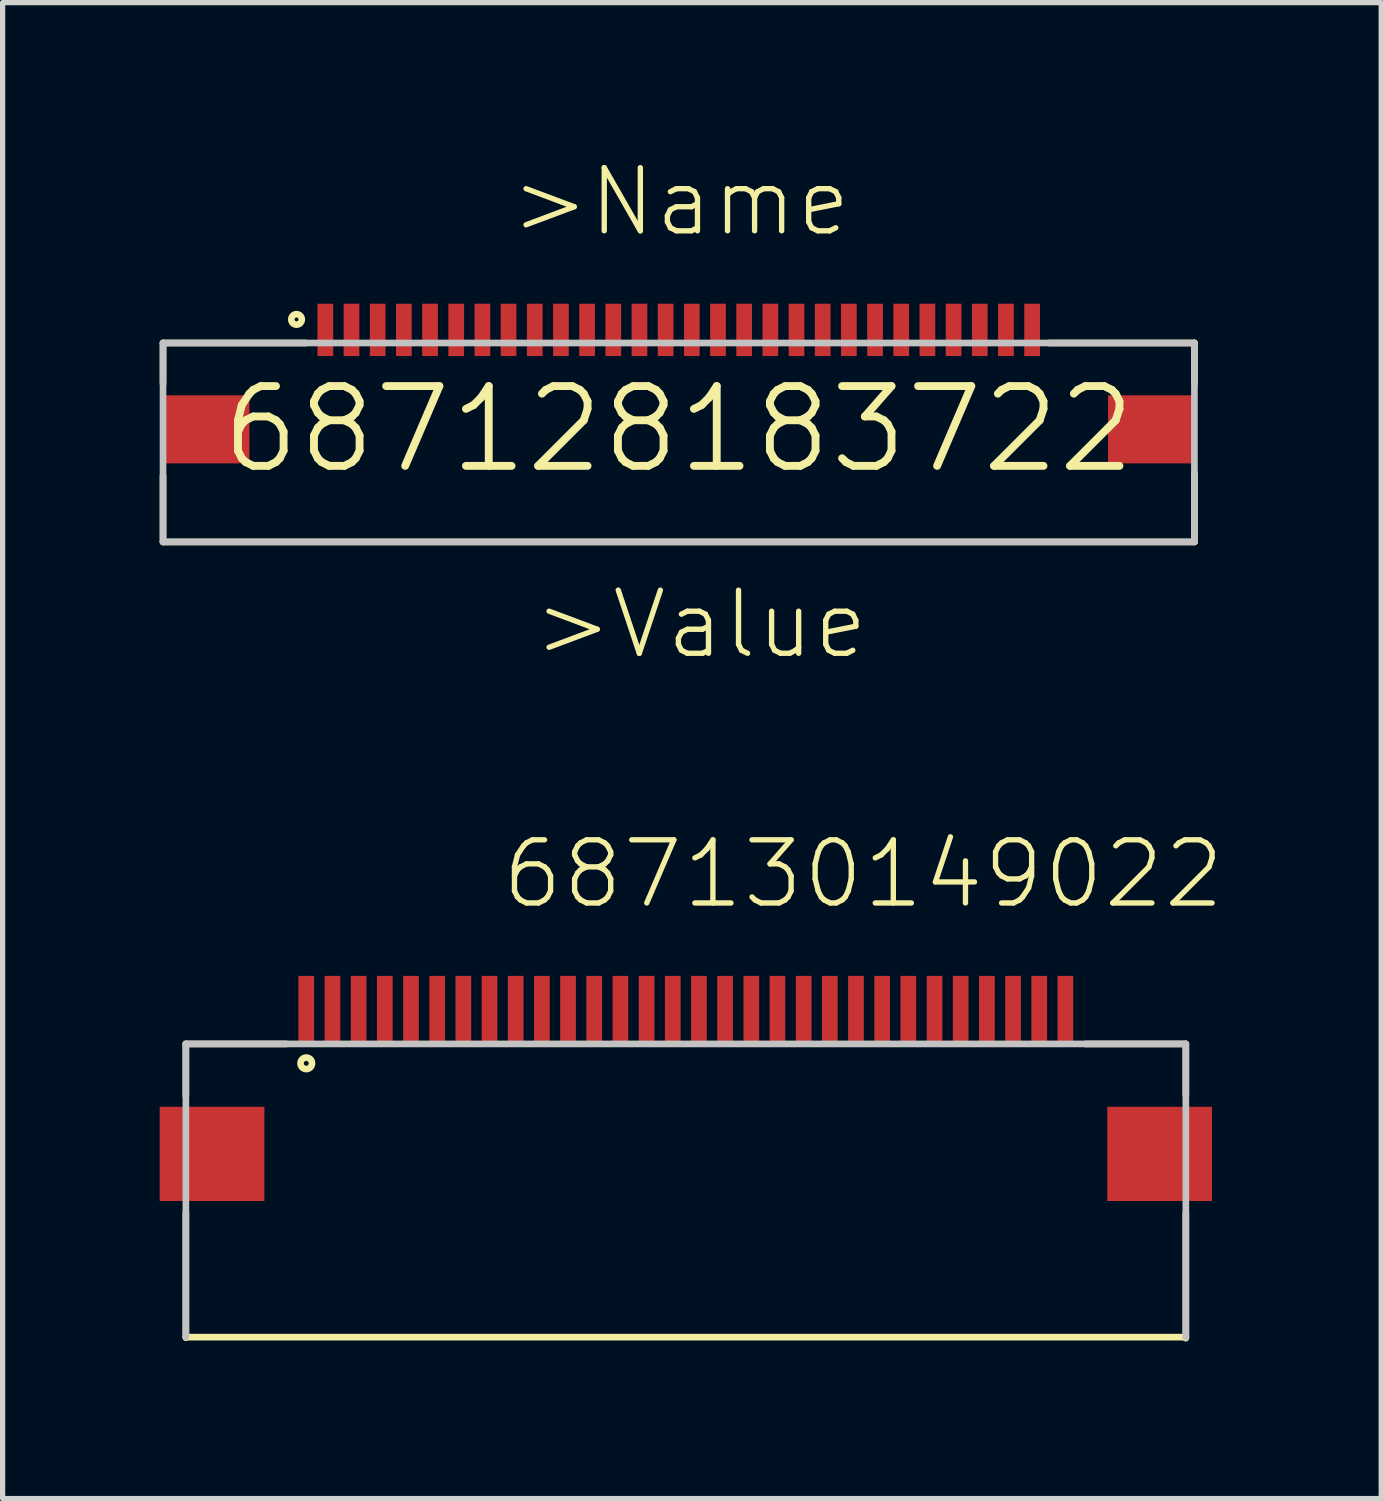
<source format=kicad_pcb>
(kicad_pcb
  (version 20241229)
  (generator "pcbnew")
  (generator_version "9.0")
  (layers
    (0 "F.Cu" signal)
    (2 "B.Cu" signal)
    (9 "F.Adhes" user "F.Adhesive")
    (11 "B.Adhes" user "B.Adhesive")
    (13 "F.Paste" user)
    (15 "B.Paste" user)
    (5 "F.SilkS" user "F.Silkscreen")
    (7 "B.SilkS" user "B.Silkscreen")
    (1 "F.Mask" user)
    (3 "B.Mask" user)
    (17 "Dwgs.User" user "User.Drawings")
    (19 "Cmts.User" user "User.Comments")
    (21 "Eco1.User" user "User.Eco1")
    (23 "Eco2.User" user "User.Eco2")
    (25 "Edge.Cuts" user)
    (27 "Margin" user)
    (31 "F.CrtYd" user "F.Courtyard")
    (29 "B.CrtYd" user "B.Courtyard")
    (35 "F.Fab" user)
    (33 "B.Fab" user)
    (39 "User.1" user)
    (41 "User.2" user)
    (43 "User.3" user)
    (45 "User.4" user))
  (footprint "687128183722"
    (layer "F.Cu")
    (at 9.914 5.151)
    (property "Reference" "687128183722" (at 0 0 0) (layer "F.SilkS") (effects (font (size 1.524 1.524) (thickness 0.15))))
    (attr through_hole)
    (fp_line (start -9.85 -1.65) (end -9.85 -0.87) (stroke (width 0.127) (type solid)) (layer "F.SilkS"))
    (fp_line (start -9.85 0.89) (end -9.85 2.15) (stroke (width 0.127) (type solid)) (layer "F.SilkS"))
    (fp_line (start -9.85 2.15) (end 9.85 2.15) (stroke (width 0.127) (type solid)) (layer "F.SilkS"))
    (fp_line (start -7.12 -1.65) (end -9.85 -1.65) (stroke (width 0.127) (type solid)) (layer "F.SilkS"))
    (fp_line (start 7.08 -1.65) (end 9.85 -1.65) (stroke (width 0.127) (type solid)) (layer "F.SilkS"))
    (fp_line (start 9.85 -1.65) (end 9.85 -0.87) (stroke (width 0.127) (type solid)) (layer "F.SilkS"))
    (fp_line (start 9.85 2.15) (end 9.85 0.84) (stroke (width 0.127) (type solid)) (layer "F.SilkS"))
    (fp_circle (center -7.3 -2.1) (end -7.2 -2.1) (stroke (width 0.127) (type solid)) (fill no) (layer "F.SilkS"))
    (fp_line (start -9.85 -1.65) (end 9.85 -1.65) (stroke (width 0.127) (type solid)) (layer "Dwgs.User"))
    (fp_line (start -9.85 2.15) (end -9.85 -1.65) (stroke (width 0.127) (type solid)) (layer "Dwgs.User"))
    (fp_line (start 9.85 -1.65) (end 9.85 2.15) (stroke (width 0.127) (type solid)) (layer "Dwgs.User"))
    (fp_line (start 9.85 2.15) (end -9.85 2.15) (stroke (width 0.127) (type solid)) (layer "Dwgs.User"))
    (fp_text user ">Name" (at -3.27 -3.64 0) (layer "F.SilkS") (effects (font (size 1.206 1.206) (thickness 0.102)) (justify left bottom)))
    (fp_text user ">Value" (at -2.83 4.43 0) (layer "F.SilkS") (effects (font (size 1.206 1.206) (thickness 0.102)) (justify left bottom)))
    (pad "1" smd rect (at -6.75 -1.9 90) (size 1 0.3) (layers "F.Cu" "F.Mask" "F.Paste"))
    (pad "2" smd rect (at -6.25 -1.9 90) (size 1 0.3) (layers "F.Cu" "F.Mask" "F.Paste"))
    (pad "3" smd rect (at -5.75 -1.9 90) (size 1 0.3) (layers "F.Cu" "F.Mask" "F.Paste"))
    (pad "4" smd rect (at -5.25 -1.9 90) (size 1 0.3) (layers "F.Cu" "F.Mask" "F.Paste"))
    (pad "5" smd rect (at -4.75 -1.9 90) (size 1 0.3) (layers "F.Cu" "F.Mask" "F.Paste"))
    (pad "6" smd rect (at -4.25 -1.9 90) (size 1 0.3) (layers "F.Cu" "F.Mask" "F.Paste"))
    (pad "7" smd rect (at -3.75 -1.9 90) (size 1 0.3) (layers "F.Cu" "F.Mask" "F.Paste"))
    (pad "8" smd rect (at -3.25 -1.9 90) (size 1 0.3) (layers "F.Cu" "F.Mask" "F.Paste"))
    (pad "9" smd rect (at -2.75 -1.9 90) (size 1 0.3) (layers "F.Cu" "F.Mask" "F.Paste"))
    (pad "10" smd rect (at -2.25 -1.9 90) (size 1 0.3) (layers "F.Cu" "F.Mask" "F.Paste"))
    (pad "11" smd rect (at -1.75 -1.9 90) (size 1 0.3) (layers "F.Cu" "F.Mask" "F.Paste"))
    (pad "12" smd rect (at -1.25 -1.9 90) (size 1 0.3) (layers "F.Cu" "F.Mask" "F.Paste"))
    (pad "13" smd rect (at -0.75 -1.9 90) (size 1 0.3) (layers "F.Cu" "F.Mask" "F.Paste"))
    (pad "14" smd rect (at -0.25 -1.9 90) (size 1 0.3) (layers "F.Cu" "F.Mask" "F.Paste"))
    (pad "15" smd rect (at 0.25 -1.9 90) (size 1 0.3) (layers "F.Cu" "F.Mask" "F.Paste"))
    (pad "16" smd rect (at 0.75 -1.9 90) (size 1 0.3) (layers "F.Cu" "F.Mask" "F.Paste"))
    (pad "17" smd rect (at 1.25 -1.9 90) (size 1 0.3) (layers "F.Cu" "F.Mask" "F.Paste"))
    (pad "18" smd rect (at 1.75 -1.9 90) (size 1 0.3) (layers "F.Cu" "F.Mask" "F.Paste"))
    (pad "19" smd rect (at 2.25 -1.9 90) (size 1 0.3) (layers "F.Cu" "F.Mask" "F.Paste"))
    (pad "20" smd rect (at 2.75 -1.9 90) (size 1 0.3) (layers "F.Cu" "F.Mask" "F.Paste"))
    (pad "21" smd rect (at 3.25 -1.9 90) (size 1 0.3) (layers "F.Cu" "F.Mask" "F.Paste"))
    (pad "22" smd rect (at 3.75 -1.9 90) (size 1 0.3) (layers "F.Cu" "F.Mask" "F.Paste"))
    (pad "23" smd rect (at 4.25 -1.9 90) (size 1 0.3) (layers "F.Cu" "F.Mask" "F.Paste"))
    (pad "24" smd rect (at 4.75 -1.9 90) (size 1 0.3) (layers "F.Cu" "F.Mask" "F.Paste"))
    (pad "25" smd rect (at 5.25 -1.9 90) (size 1 0.3) (layers "F.Cu" "F.Mask" "F.Paste"))
    (pad "26" smd rect (at 5.75 -1.9 90) (size 1 0.3) (layers "F.Cu" "F.Mask" "F.Paste"))
    (pad "27" smd rect (at 6.25 -1.9 90) (size 1 0.3) (layers "F.Cu" "F.Mask" "F.Paste"))
    (pad "28" smd rect (at 6.75 -1.9 90) (size 1 0.3) (layers "F.Cu" "F.Mask" "F.Paste"))
    (pad "Z1" smd rect (at -9.025 0) (size 1.65 1.3) (layers "F.Cu" "F.Mask" "F.Paste"))
    (pad "Z2" smd rect (at 9.025 0) (size 1.65 1.3) (layers "F.Cu" "F.Mask" "F.Paste")))
  (footprint "687130149022"
    (layer "F.Cu")
    (at 10.05 16.24)
    (property "Reference" "687130149022" (at -3.57 -1.89 0) (layer "F.SilkS") (effects (font (size 1.206 1.206) (thickness 0.102)) (justify left bottom)))
    (attr through_hole)
    (fp_line (start -9.55 0.65) (end -9.55 1.64) (stroke (width 0.127) (type solid)) (layer "F.SilkS"))
    (fp_line (start -9.55 3.87) (end -9.55 6.26) (stroke (width 0.127) (type solid)) (layer "F.SilkS"))
    (fp_line (start -7.63 0.65) (end -9.55 0.65) (stroke (width 0.127) (type solid)) (layer "F.SilkS"))
    (fp_line (start 7.63 0.65) (end 9.55 0.65) (stroke (width 0.127) (type solid)) (layer "F.SilkS"))
    (fp_line (start 9.55 0.65) (end 9.55 1.63) (stroke (width 0.127) (type solid)) (layer "F.SilkS"))
    (fp_line (start 9.55 3.88) (end 9.55 6.27) (stroke (width 0.127) (type solid)) (layer "F.SilkS"))
    (fp_line (start 9.55 6.25) (end -9.55 6.25) (stroke (width 0.127) (type solid)) (layer "F.SilkS"))
    (fp_circle (center -7.25 1.02) (end -7.14 1.02) (stroke (width 0.127) (type solid)) (fill no) (layer "F.SilkS"))
    (fp_line (start -9.55 0.65) (end 9.55 0.65) (stroke (width 0.127) (type solid)) (layer "Dwgs.User"))
    (fp_line (start -9.55 6.25) (end -9.55 0.65) (stroke (width 0.127) (type solid)) (layer "Dwgs.User"))
    (fp_line (start 9.55 0.65) (end 9.55 6.25) (stroke (width 0.127) (type solid)) (layer "Dwgs.User"))
    (pad "1" smd rect (at -7.25 0) (size 0.3 1.3) (layers "F.Cu" "F.Mask" "F.Paste"))
    (pad "2" smd rect (at -6.75 0) (size 0.3 1.3) (layers "F.Cu" "F.Mask" "F.Paste"))
    (pad "3" smd rect (at -6.25 0) (size 0.3 1.3) (layers "F.Cu" "F.Mask" "F.Paste"))
    (pad "4" smd rect (at -5.75 0) (size 0.3 1.3) (layers "F.Cu" "F.Mask" "F.Paste"))
    (pad "5" smd rect (at -5.25 0) (size 0.3 1.3) (layers "F.Cu" "F.Mask" "F.Paste"))
    (pad "6" smd rect (at -4.75 0) (size 0.3 1.3) (layers "F.Cu" "F.Mask" "F.Paste"))
    (pad "7" smd rect (at -4.25 0) (size 0.3 1.3) (layers "F.Cu" "F.Mask" "F.Paste"))
    (pad "8" smd rect (at -3.75 0) (size 0.3 1.3) (layers "F.Cu" "F.Mask" "F.Paste"))
    (pad "9" smd rect (at -3.25 0) (size 0.3 1.3) (layers "F.Cu" "F.Mask" "F.Paste"))
    (pad "10" smd rect (at -2.75 0) (size 0.3 1.3) (layers "F.Cu" "F.Mask" "F.Paste"))
    (pad "11" smd rect (at -2.25 0) (size 0.3 1.3) (layers "F.Cu" "F.Mask" "F.Paste"))
    (pad "12" smd rect (at -1.75 0) (size 0.3 1.3) (layers "F.Cu" "F.Mask" "F.Paste"))
    (pad "13" smd rect (at -1.25 0) (size 0.3 1.3) (layers "F.Cu" "F.Mask" "F.Paste"))
    (pad "14" smd rect (at -0.75 0) (size 0.3 1.3) (layers "F.Cu" "F.Mask" "F.Paste"))
    (pad "15" smd rect (at -0.25 0) (size 0.3 1.3) (layers "F.Cu" "F.Mask" "F.Paste"))
    (pad "16" smd rect (at 0.25 0) (size 0.3 1.3) (layers "F.Cu" "F.Mask" "F.Paste"))
    (pad "17" smd rect (at 0.75 0) (size 0.3 1.3) (layers "F.Cu" "F.Mask" "F.Paste"))
    (pad "18" smd rect (at 1.25 0) (size 0.3 1.3) (layers "F.Cu" "F.Mask" "F.Paste"))
    (pad "19" smd rect (at 1.75 0) (size 0.3 1.3) (layers "F.Cu" "F.Mask" "F.Paste"))
    (pad "20" smd rect (at 2.25 0) (size 0.3 1.3) (layers "F.Cu" "F.Mask" "F.Paste"))
    (pad "21" smd rect (at 2.75 0) (size 0.3 1.3) (layers "F.Cu" "F.Mask" "F.Paste"))
    (pad "22" smd rect (at 3.25 0) (size 0.3 1.3) (layers "F.Cu" "F.Mask" "F.Paste"))
    (pad "23" smd rect (at 3.75 0) (size 0.3 1.3) (layers "F.Cu" "F.Mask" "F.Paste"))
    (pad "24" smd rect (at 4.25 0) (size 0.3 1.3) (layers "F.Cu" "F.Mask" "F.Paste"))
    (pad "25" smd rect (at 4.75 0) (size 0.3 1.3) (layers "F.Cu" "F.Mask" "F.Paste"))
    (pad "26" smd rect (at 5.25 0) (size 0.3 1.3) (layers "F.Cu" "F.Mask" "F.Paste"))
    (pad "27" smd rect (at 5.75 0) (size 0.3 1.3) (layers "F.Cu" "F.Mask" "F.Paste"))
    (pad "28" smd rect (at 6.25 0) (size 0.3 1.3) (layers "F.Cu" "F.Mask" "F.Paste"))
    (pad "29" smd rect (at 6.75 0) (size 0.3 1.3) (layers "F.Cu" "F.Mask" "F.Paste"))
    (pad "30" smd rect (at 7.25 0) (size 0.3 1.3) (layers "F.Cu" "F.Mask" "F.Paste"))
    (pad "Z1" smd rect (at -9.05 2.75) (size 2 1.8) (layers "F.Cu" "F.Mask" "F.Paste"))
    (pad "Z2" smd rect (at 9.05 2.75) (size 2 1.8) (layers "F.Cu" "F.Mask" "F.Paste")))
  (gr_rect
    (start -3 -3)
    (end 23.332 25.573)
    (stroke (width 0.1) (type default))
    (fill no)
    (layer "Edge.Cuts")))
</source>
